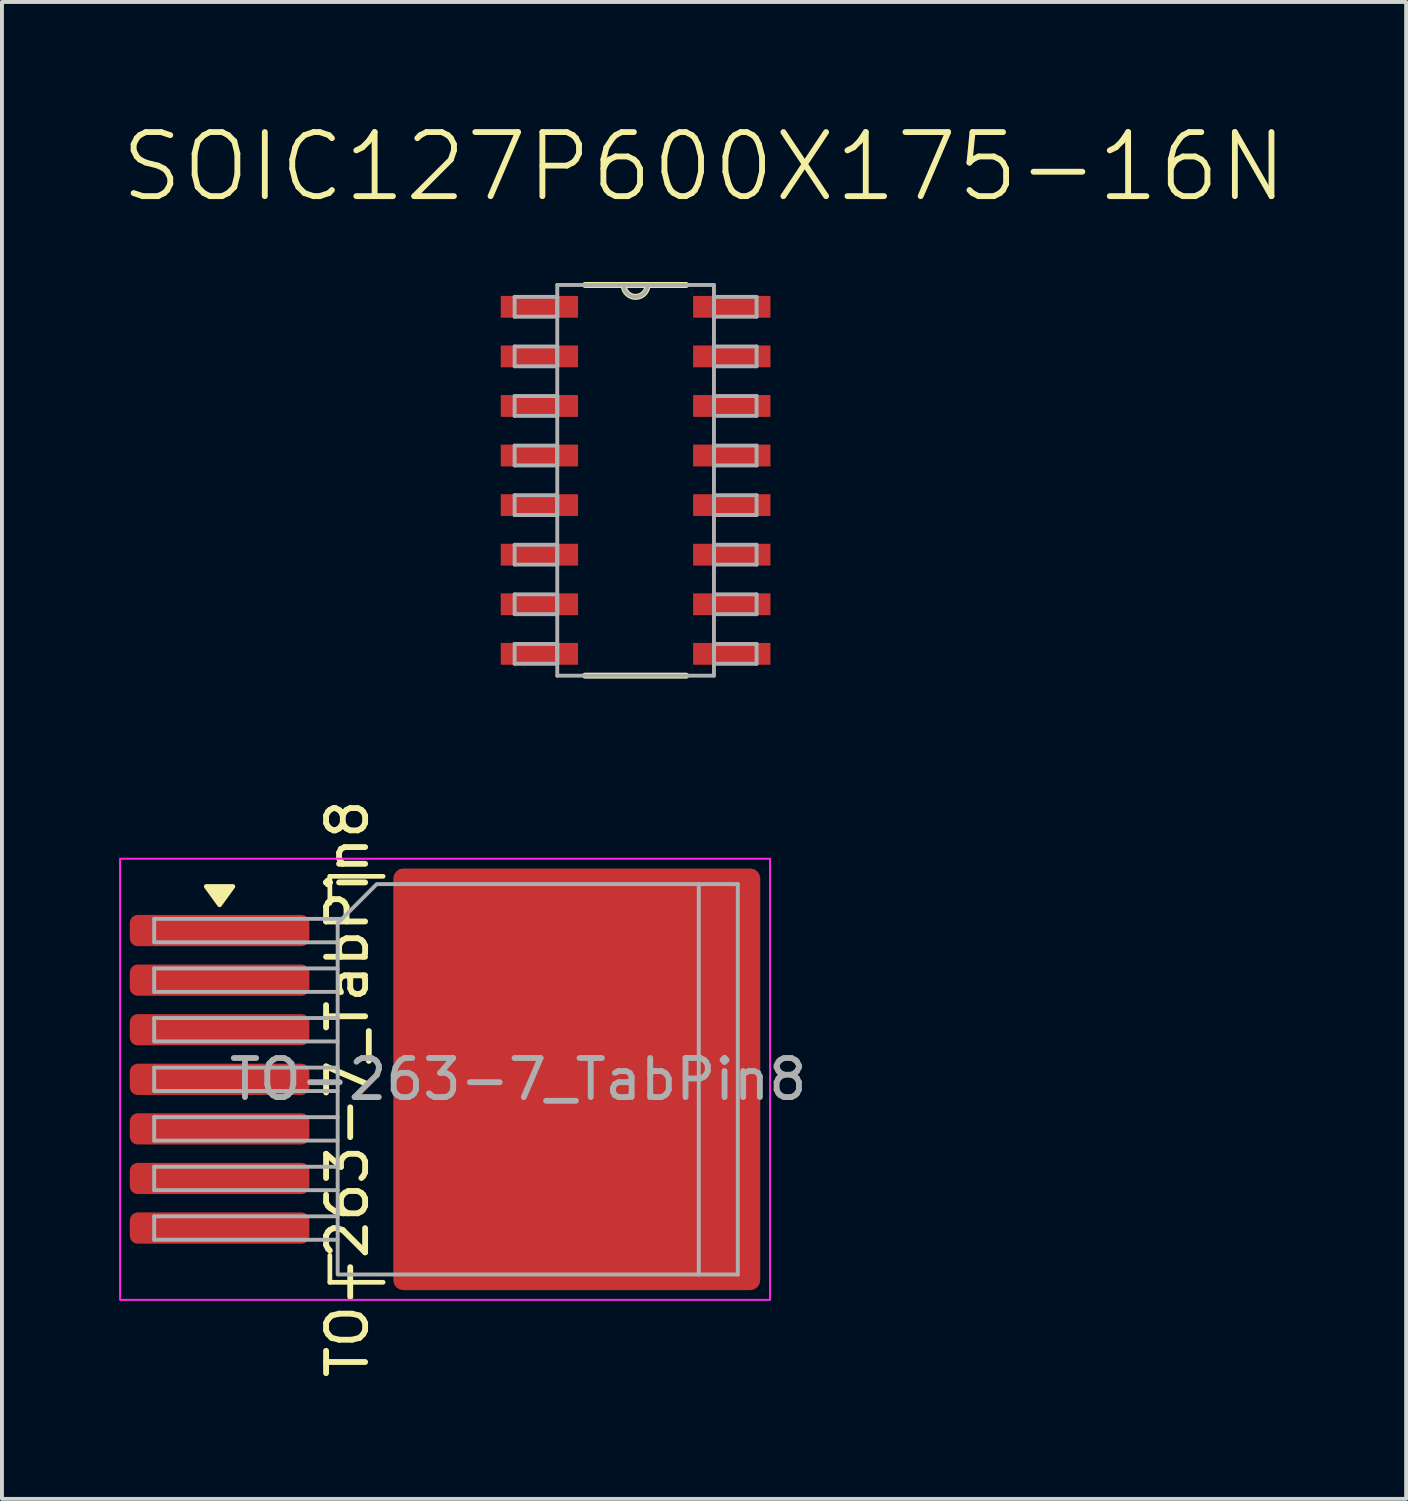
<source format=kicad_pcb>
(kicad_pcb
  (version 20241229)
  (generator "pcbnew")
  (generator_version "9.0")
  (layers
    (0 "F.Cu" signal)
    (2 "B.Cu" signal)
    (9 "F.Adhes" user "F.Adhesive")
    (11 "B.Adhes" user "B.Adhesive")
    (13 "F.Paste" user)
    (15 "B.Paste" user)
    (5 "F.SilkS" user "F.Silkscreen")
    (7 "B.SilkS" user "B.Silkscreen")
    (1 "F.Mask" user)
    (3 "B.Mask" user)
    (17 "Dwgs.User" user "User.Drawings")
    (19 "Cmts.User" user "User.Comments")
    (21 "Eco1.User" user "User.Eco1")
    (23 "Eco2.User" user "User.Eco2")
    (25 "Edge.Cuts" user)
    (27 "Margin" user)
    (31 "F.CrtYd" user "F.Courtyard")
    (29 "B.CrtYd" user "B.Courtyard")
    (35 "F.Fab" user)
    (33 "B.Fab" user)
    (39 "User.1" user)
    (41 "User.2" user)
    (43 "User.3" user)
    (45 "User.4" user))
  (footprint "TO-263-7_TabPin8"
    (layer "F.Cu")
    (at 10.225 24.598)
    (property "Reference" "TO-263-7_TabPin8" (at -4.377 0.242 90) (layer "F.SilkS") (effects (font (size 1 1) (thickness 0.15))))
    (attr smd)
    (fp_line (start -4.825 -5.2) (end -4.825 -4.51) (stroke (width 0.12) (type solid)) (layer "F.SilkS"))
    (fp_line (start -4.825 5.2) (end -4.825 4.51) (stroke (width 0.12) (type solid)) (layer "F.SilkS"))
    (fp_line (start -3.46 -5.2) (end -4.825 -5.2) (stroke (width 0.12) (type solid)) (layer "F.SilkS"))
    (fp_line (start -3.46 5.2) (end -4.825 5.2) (stroke (width 0.12) (type solid)) (layer "F.SilkS"))
    (fp_poly (pts (xy -7.65 -4.47) (xy -7.99 -4.94) (xy -7.31 -4.94)) (stroke (width 0.12) (type solid)) (fill yes) (layer "F.SilkS"))
    (fp_rect (start -10.2 -5.65) (end 6.45 5.65) (stroke (width 0.05) (type solid)) (fill no) (layer "F.CrtYd"))
    (fp_line (start -9.325 -4.11) (end -9.325 -3.51) (stroke (width 0.1) (type solid)) (layer "F.Fab"))
    (fp_line (start -9.325 -3.51) (end -4.625 -3.51) (stroke (width 0.1) (type solid)) (layer "F.Fab"))
    (fp_line (start -9.325 -2.84) (end -9.325 -2.24) (stroke (width 0.1) (type solid)) (layer "F.Fab"))
    (fp_line (start -9.325 -2.24) (end -4.625 -2.24) (stroke (width 0.1) (type solid)) (layer "F.Fab"))
    (fp_line (start -9.325 -1.57) (end -9.325 -0.97) (stroke (width 0.1) (type solid)) (layer "F.Fab"))
    (fp_line (start -9.325 -0.97) (end -4.625 -0.97) (stroke (width 0.1) (type solid)) (layer "F.Fab"))
    (fp_line (start -9.325 -0.3) (end -9.325 0.3) (stroke (width 0.1) (type solid)) (layer "F.Fab"))
    (fp_line (start -9.325 0.3) (end -4.625 0.3) (stroke (width 0.1) (type solid)) (layer "F.Fab"))
    (fp_line (start -9.325 0.97) (end -9.325 1.57) (stroke (width 0.1) (type solid)) (layer "F.Fab"))
    (fp_line (start -9.325 1.57) (end -4.625 1.57) (stroke (width 0.1) (type solid)) (layer "F.Fab"))
    (fp_line (start -9.325 2.24) (end -9.325 2.84) (stroke (width 0.1) (type solid)) (layer "F.Fab"))
    (fp_line (start -9.325 2.84) (end -4.625 2.84) (stroke (width 0.1) (type solid)) (layer "F.Fab"))
    (fp_line (start -9.325 3.51) (end -9.325 4.11) (stroke (width 0.1) (type solid)) (layer "F.Fab"))
    (fp_line (start -9.325 4.11) (end -4.625 4.11) (stroke (width 0.1) (type solid)) (layer "F.Fab"))
    (fp_line (start -4.625 -2.84) (end -9.325 -2.84) (stroke (width 0.1) (type solid)) (layer "F.Fab"))
    (fp_line (start -4.625 -1.57) (end -9.325 -1.57) (stroke (width 0.1) (type solid)) (layer "F.Fab"))
    (fp_line (start -4.625 -0.3) (end -9.325 -0.3) (stroke (width 0.1) (type solid)) (layer "F.Fab"))
    (fp_line (start -4.625 0.97) (end -9.325 0.97) (stroke (width 0.1) (type solid)) (layer "F.Fab"))
    (fp_line (start -4.625 2.24) (end -9.325 2.24) (stroke (width 0.1) (type solid)) (layer "F.Fab"))
    (fp_line (start -4.625 3.51) (end -9.325 3.51) (stroke (width 0.1) (type solid)) (layer "F.Fab"))
    (fp_line (start -4.515 -4.11) (end -9.325 -4.11) (stroke (width 0.1) (type solid)) (layer "F.Fab"))
    (fp_line (start 4.625 -5) (end 5.625 -5) (stroke (width 0.1) (type solid)) (layer "F.Fab"))
    (fp_line (start 5.625 -5) (end 5.625 5) (stroke (width 0.1) (type solid)) (layer "F.Fab"))
    (fp_line (start 5.625 5) (end 4.625 5) (stroke (width 0.1) (type solid)) (layer "F.Fab"))
    (fp_poly (pts (xy 4.625 -5) (xy 4.625 5) (xy -4.625 5) (xy -4.625 -4) (xy -3.625 -5)) (stroke (width 0.1) (type solid)) (fill no) (layer "F.Fab"))
    (fp_text user "${REFERENCE}" (at 0 0 0) (layer "F.Fab") (effects (font (size 1 1) (thickness 0.15))))
    (pad "" smd roundrect (at -0.925 -2.775) (size 4.55 5.25) (layers "F.Paste") (roundrect_rratio 0.055))
    (pad "" smd roundrect (at -0.925 2.775) (size 4.55 5.25) (layers "F.Paste") (roundrect_rratio 0.055))
    (pad "" smd roundrect (at 3.925 -2.775) (size 4.55 5.25) (layers "F.Paste") (roundrect_rratio 0.055))
    (pad "" smd roundrect (at 3.925 2.775) (size 4.55 5.25) (layers "F.Paste") (roundrect_rratio 0.055))
    (pad "1" smd roundrect (at -7.65 -3.81) (size 4.6 0.8) (layers "F.Cu" "F.Mask" "F.Paste") (roundrect_rratio 0.25))
    (pad "2" smd roundrect (at -7.65 -2.54) (size 4.6 0.8) (layers "F.Cu" "F.Mask" "F.Paste") (roundrect_rratio 0.25))
    (pad "3" smd roundrect (at -7.65 -1.27) (size 4.6 0.8) (layers "F.Cu" "F.Mask" "F.Paste") (roundrect_rratio 0.25))
    (pad "4" smd roundrect (at -7.65 0) (size 4.6 0.8) (layers "F.Cu" "F.Mask" "F.Paste") (roundrect_rratio 0.25))
    (pad "5" smd roundrect (at -7.65 1.27) (size 4.6 0.8) (layers "F.Cu" "F.Mask" "F.Paste") (roundrect_rratio 0.25))
    (pad "6" smd roundrect (at -7.65 2.54) (size 4.6 0.8) (layers "F.Cu" "F.Mask" "F.Paste") (roundrect_rratio 0.25))
    (pad "7" smd roundrect (at -7.65 3.81) (size 4.6 0.8) (layers "F.Cu" "F.Mask" "F.Paste") (roundrect_rratio 0.25))
    (pad "8" smd roundrect (at 1.5 0) (size 9.4 10.8) (layers "F.Cu" "F.Mask") (roundrect_rratio 0.027)))
  (footprint "SOIC127P600X175-16N"
    (layer "F.Cu")
    (at 13.232 9.254)
    (property "Reference" "SOIC127P600X175-16N" (at 1.754 -8.031 0) (layer "F.SilkS") (effects (font (size 1.641 1.641) (thickness 0.15))))
    (attr smd)
    (fp_line (start -1.295 5.004) (end 1.295 5.004) (stroke (width 0.152) (type solid)) (layer "F.SilkS"))
    (fp_line (start -0.305 -5.004) (end -1.295 -5.004) (stroke (width 0.152) (type solid)) (layer "F.SilkS"))
    (fp_line (start 0.305 -5.004) (end -0.305 -5.004) (stroke (width 0.152) (type solid)) (layer "F.SilkS"))
    (fp_line (start 1.295 -5.004) (end 0.305 -5.004) (stroke (width 0.152) (type solid)) (layer "F.SilkS"))
    (fp_arc (start 0.3048 -5.0038) (mid 0 -4.699) (end -0.3048 -5.0038) (stroke (width 0.1524) (type solid)) (layer "F.SilkS"))
    (fp_line (start -3.099 -4.699) (end -3.099 -4.191) (stroke (width 0.1) (type solid)) (layer "F.Fab"))
    (fp_line (start -3.099 -4.191) (end -2.007 -4.191) (stroke (width 0.1) (type solid)) (layer "F.Fab"))
    (fp_line (start -3.099 -3.429) (end -3.099 -2.921) (stroke (width 0.1) (type solid)) (layer "F.Fab"))
    (fp_line (start -3.099 -2.921) (end -2.007 -2.921) (stroke (width 0.1) (type solid)) (layer "F.Fab"))
    (fp_line (start -3.099 -2.159) (end -3.099 -1.651) (stroke (width 0.1) (type solid)) (layer "F.Fab"))
    (fp_line (start -3.099 -1.651) (end -2.007 -1.651) (stroke (width 0.1) (type solid)) (layer "F.Fab"))
    (fp_line (start -3.099 -0.889) (end -3.099 -0.381) (stroke (width 0.1) (type solid)) (layer "F.Fab"))
    (fp_line (start -3.099 -0.381) (end -2.007 -0.381) (stroke (width 0.1) (type solid)) (layer "F.Fab"))
    (fp_line (start -3.099 0.381) (end -3.099 0.889) (stroke (width 0.1) (type solid)) (layer "F.Fab"))
    (fp_line (start -3.099 0.889) (end -2.007 0.889) (stroke (width 0.1) (type solid)) (layer "F.Fab"))
    (fp_line (start -3.099 1.651) (end -3.099 2.159) (stroke (width 0.1) (type solid)) (layer "F.Fab"))
    (fp_line (start -3.099 2.159) (end -2.007 2.159) (stroke (width 0.1) (type solid)) (layer "F.Fab"))
    (fp_line (start -3.099 2.921) (end -3.099 3.429) (stroke (width 0.1) (type solid)) (layer "F.Fab"))
    (fp_line (start -3.099 3.429) (end -2.007 3.429) (stroke (width 0.1) (type solid)) (layer "F.Fab"))
    (fp_line (start -3.099 4.191) (end -3.099 4.699) (stroke (width 0.1) (type solid)) (layer "F.Fab"))
    (fp_line (start -3.099 4.699) (end -2.007 4.699) (stroke (width 0.1) (type solid)) (layer "F.Fab"))
    (fp_line (start -2.007 -5.004) (end -2.007 5.004) (stroke (width 0.1) (type solid)) (layer "F.Fab"))
    (fp_line (start -2.007 -4.699) (end -3.099 -4.699) (stroke (width 0.1) (type solid)) (layer "F.Fab"))
    (fp_line (start -2.007 -4.191) (end -2.007 -4.699) (stroke (width 0.1) (type solid)) (layer "F.Fab"))
    (fp_line (start -2.007 -3.429) (end -3.099 -3.429) (stroke (width 0.1) (type solid)) (layer "F.Fab"))
    (fp_line (start -2.007 -2.921) (end -2.007 -3.429) (stroke (width 0.1) (type solid)) (layer "F.Fab"))
    (fp_line (start -2.007 -2.159) (end -3.099 -2.159) (stroke (width 0.1) (type solid)) (layer "F.Fab"))
    (fp_line (start -2.007 -1.651) (end -2.007 -2.159) (stroke (width 0.1) (type solid)) (layer "F.Fab"))
    (fp_line (start -2.007 -0.889) (end -3.099 -0.889) (stroke (width 0.1) (type solid)) (layer "F.Fab"))
    (fp_line (start -2.007 -0.381) (end -2.007 -0.889) (stroke (width 0.1) (type solid)) (layer "F.Fab"))
    (fp_line (start -2.007 0.381) (end -3.099 0.381) (stroke (width 0.1) (type solid)) (layer "F.Fab"))
    (fp_line (start -2.007 0.889) (end -2.007 0.381) (stroke (width 0.1) (type solid)) (layer "F.Fab"))
    (fp_line (start -2.007 1.651) (end -3.099 1.651) (stroke (width 0.1) (type solid)) (layer "F.Fab"))
    (fp_line (start -2.007 2.159) (end -2.007 1.651) (stroke (width 0.1) (type solid)) (layer "F.Fab"))
    (fp_line (start -2.007 2.921) (end -3.099 2.921) (stroke (width 0.1) (type solid)) (layer "F.Fab"))
    (fp_line (start -2.007 3.429) (end -2.007 2.921) (stroke (width 0.1) (type solid)) (layer "F.Fab"))
    (fp_line (start -2.007 4.191) (end -3.099 4.191) (stroke (width 0.1) (type solid)) (layer "F.Fab"))
    (fp_line (start -2.007 4.699) (end -2.007 4.191) (stroke (width 0.1) (type solid)) (layer "F.Fab"))
    (fp_line (start -2.007 5.004) (end 2.007 5.004) (stroke (width 0.1) (type solid)) (layer "F.Fab"))
    (fp_line (start -0.305 -5.004) (end -2.007 -5.004) (stroke (width 0.1) (type solid)) (layer "F.Fab"))
    (fp_line (start 0.305 -5.004) (end -0.305 -5.004) (stroke (width 0.1) (type solid)) (layer "F.Fab"))
    (fp_line (start 2.007 -5.004) (end 0.305 -5.004) (stroke (width 0.1) (type solid)) (layer "F.Fab"))
    (fp_line (start 2.007 -4.699) (end 2.007 -4.191) (stroke (width 0.1) (type solid)) (layer "F.Fab"))
    (fp_line (start 2.007 -4.191) (end 3.099 -4.191) (stroke (width 0.1) (type solid)) (layer "F.Fab"))
    (fp_line (start 2.007 -3.429) (end 2.007 -2.921) (stroke (width 0.1) (type solid)) (layer "F.Fab"))
    (fp_line (start 2.007 -2.921) (end 3.099 -2.921) (stroke (width 0.1) (type solid)) (layer "F.Fab"))
    (fp_line (start 2.007 -2.159) (end 2.007 -1.651) (stroke (width 0.1) (type solid)) (layer "F.Fab"))
    (fp_line (start 2.007 -1.651) (end 3.099 -1.651) (stroke (width 0.1) (type solid)) (layer "F.Fab"))
    (fp_line (start 2.007 -0.889) (end 2.007 -0.381) (stroke (width 0.1) (type solid)) (layer "F.Fab"))
    (fp_line (start 2.007 -0.381) (end 3.099 -0.381) (stroke (width 0.1) (type solid)) (layer "F.Fab"))
    (fp_line (start 2.007 0.381) (end 2.007 0.889) (stroke (width 0.1) (type solid)) (layer "F.Fab"))
    (fp_line (start 2.007 0.889) (end 3.099 0.889) (stroke (width 0.1) (type solid)) (layer "F.Fab"))
    (fp_line (start 2.007 1.651) (end 2.007 2.159) (stroke (width 0.1) (type solid)) (layer "F.Fab"))
    (fp_line (start 2.007 2.159) (end 3.099 2.159) (stroke (width 0.1) (type solid)) (layer "F.Fab"))
    (fp_line (start 2.007 2.921) (end 2.007 3.429) (stroke (width 0.1) (type solid)) (layer "F.Fab"))
    (fp_line (start 2.007 3.429) (end 3.099 3.429) (stroke (width 0.1) (type solid)) (layer "F.Fab"))
    (fp_line (start 2.007 4.191) (end 2.007 4.699) (stroke (width 0.1) (type solid)) (layer "F.Fab"))
    (fp_line (start 2.007 4.699) (end 3.099 4.699) (stroke (width 0.1) (type solid)) (layer "F.Fab"))
    (fp_line (start 2.007 5.004) (end 2.007 -5.004) (stroke (width 0.1) (type solid)) (layer "F.Fab"))
    (fp_line (start 3.099 -4.699) (end 2.007 -4.699) (stroke (width 0.1) (type solid)) (layer "F.Fab"))
    (fp_line (start 3.099 -4.191) (end 3.099 -4.699) (stroke (width 0.1) (type solid)) (layer "F.Fab"))
    (fp_line (start 3.099 -3.429) (end 2.007 -3.429) (stroke (width 0.1) (type solid)) (layer "F.Fab"))
    (fp_line (start 3.099 -2.921) (end 3.099 -3.429) (stroke (width 0.1) (type solid)) (layer "F.Fab"))
    (fp_line (start 3.099 -2.159) (end 2.007 -2.159) (stroke (width 0.1) (type solid)) (layer "F.Fab"))
    (fp_line (start 3.099 -1.651) (end 3.099 -2.159) (stroke (width 0.1) (type solid)) (layer "F.Fab"))
    (fp_line (start 3.099 -0.889) (end 2.007 -0.889) (stroke (width 0.1) (type solid)) (layer "F.Fab"))
    (fp_line (start 3.099 -0.381) (end 3.099 -0.889) (stroke (width 0.1) (type solid)) (layer "F.Fab"))
    (fp_line (start 3.099 0.381) (end 2.007 0.381) (stroke (width 0.1) (type solid)) (layer "F.Fab"))
    (fp_line (start 3.099 0.889) (end 3.099 0.381) (stroke (width 0.1) (type solid)) (layer "F.Fab"))
    (fp_line (start 3.099 1.651) (end 2.007 1.651) (stroke (width 0.1) (type solid)) (layer "F.Fab"))
    (fp_line (start 3.099 2.159) (end 3.099 1.651) (stroke (width 0.1) (type solid)) (layer "F.Fab"))
    (fp_line (start 3.099 2.921) (end 2.007 2.921) (stroke (width 0.1) (type solid)) (layer "F.Fab"))
    (fp_line (start 3.099 3.429) (end 3.099 2.921) (stroke (width 0.1) (type solid)) (layer "F.Fab"))
    (fp_line (start 3.099 4.191) (end 2.007 4.191) (stroke (width 0.1) (type solid)) (layer "F.Fab"))
    (fp_line (start 3.099 4.699) (end 3.099 4.191) (stroke (width 0.1) (type solid)) (layer "F.Fab"))
    (fp_arc (start 0.3048 -5.0038) (mid 0 -4.699) (end -0.3048 -5.0038) (stroke (width 0.1) (type solid)) (layer "F.Fab"))
    (pad "1" smd rect (at -2.464 -4.445) (size 1.981 0.559) (layers "F.Cu" "F.Mask" "F.Paste"))
    (pad "2" smd rect (at -2.464 -3.175) (size 1.981 0.559) (layers "F.Cu" "F.Mask" "F.Paste"))
    (pad "3" smd rect (at -2.464 -1.905) (size 1.981 0.559) (layers "F.Cu" "F.Mask" "F.Paste"))
    (pad "4" smd rect (at -2.464 -0.635) (size 1.981 0.559) (layers "F.Cu" "F.Mask" "F.Paste"))
    (pad "5" smd rect (at -2.464 0.635) (size 1.981 0.559) (layers "F.Cu" "F.Mask" "F.Paste"))
    (pad "6" smd rect (at -2.464 1.905) (size 1.981 0.559) (layers "F.Cu" "F.Mask" "F.Paste"))
    (pad "7" smd rect (at -2.464 3.175) (size 1.981 0.559) (layers "F.Cu" "F.Mask" "F.Paste"))
    (pad "8" smd rect (at -2.464 4.445) (size 1.981 0.559) (layers "F.Cu" "F.Mask" "F.Paste"))
    (pad "9" smd rect (at 2.464 4.445) (size 1.981 0.559) (layers "F.Cu" "F.Mask" "F.Paste"))
    (pad "10" smd rect (at 2.464 3.175) (size 1.981 0.559) (layers "F.Cu" "F.Mask" "F.Paste"))
    (pad "11" smd rect (at 2.464 1.905) (size 1.981 0.559) (layers "F.Cu" "F.Mask" "F.Paste"))
    (pad "12" smd rect (at 2.464 0.635) (size 1.981 0.559) (layers "F.Cu" "F.Mask" "F.Paste"))
    (pad "13" smd rect (at 2.464 -0.635) (size 1.981 0.559) (layers "F.Cu" "F.Mask" "F.Paste"))
    (pad "14" smd rect (at 2.464 -1.905) (size 1.981 0.559) (layers "F.Cu" "F.Mask" "F.Paste"))
    (pad "15" smd rect (at 2.464 -3.175) (size 1.981 0.559) (layers "F.Cu" "F.Mask" "F.Paste"))
    (pad "16" smd rect (at 2.464 -4.445) (size 1.981 0.559) (layers "F.Cu" "F.Mask" "F.Paste")))
  (gr_rect
    (start -3 -3)
    (end 32.97 35.346)
    (stroke (width 0.1) (type default))
    (fill no)
    (layer "Edge.Cuts")))
</source>
